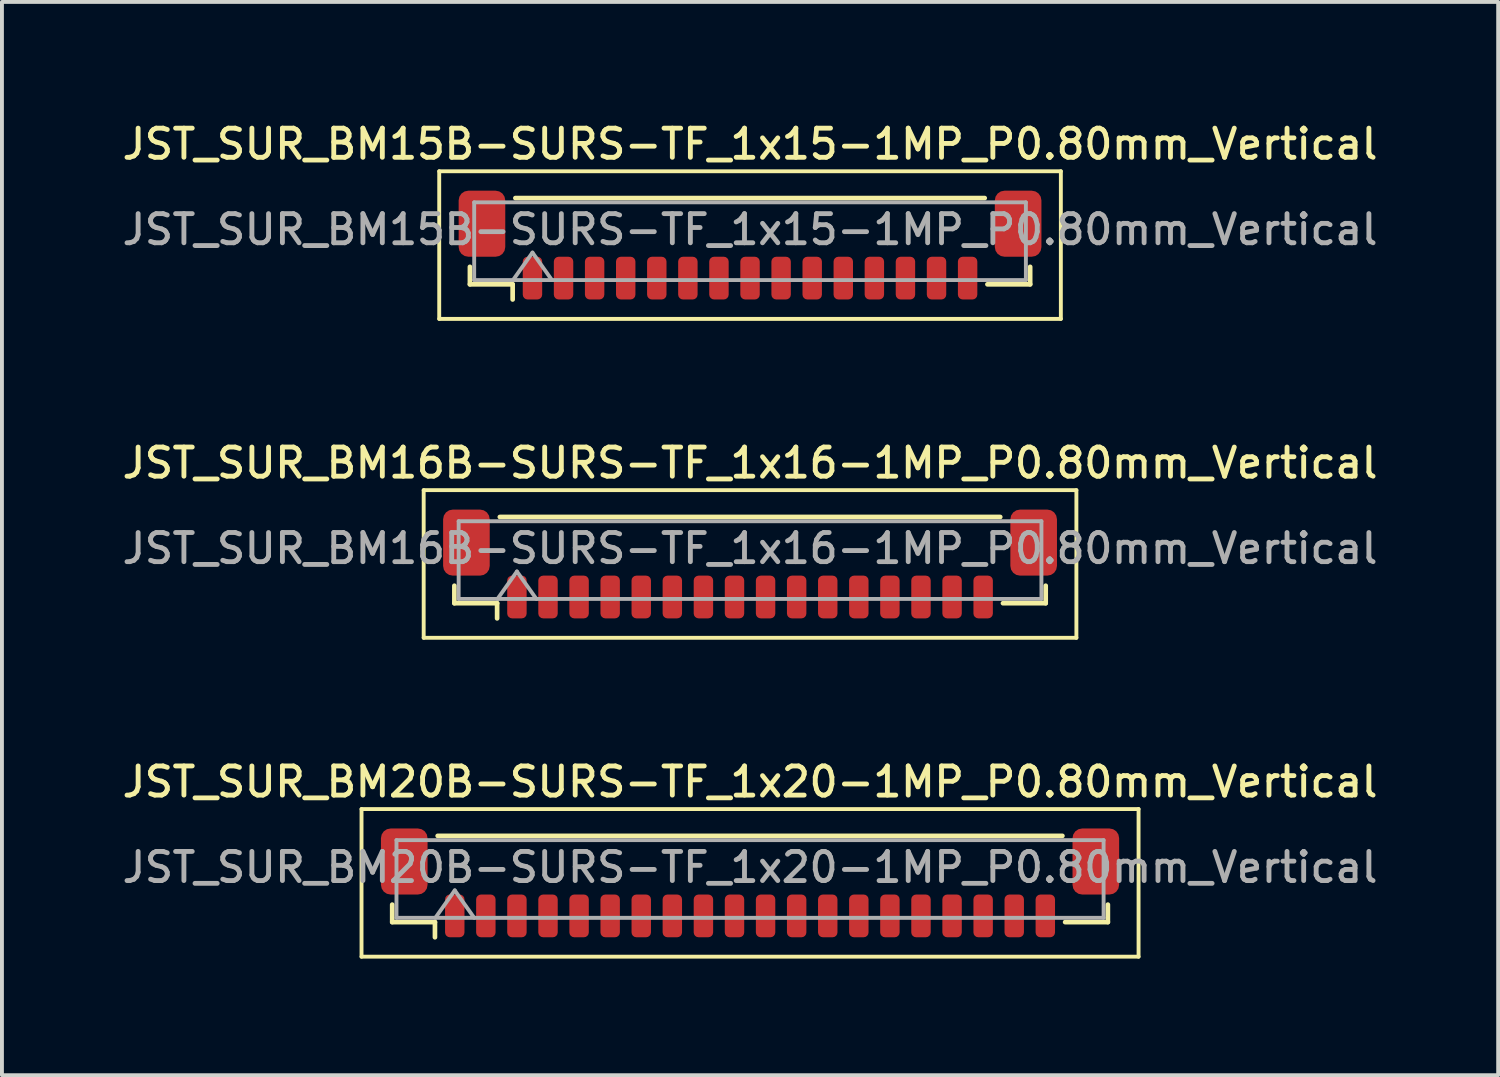
<source format=kicad_pcb>
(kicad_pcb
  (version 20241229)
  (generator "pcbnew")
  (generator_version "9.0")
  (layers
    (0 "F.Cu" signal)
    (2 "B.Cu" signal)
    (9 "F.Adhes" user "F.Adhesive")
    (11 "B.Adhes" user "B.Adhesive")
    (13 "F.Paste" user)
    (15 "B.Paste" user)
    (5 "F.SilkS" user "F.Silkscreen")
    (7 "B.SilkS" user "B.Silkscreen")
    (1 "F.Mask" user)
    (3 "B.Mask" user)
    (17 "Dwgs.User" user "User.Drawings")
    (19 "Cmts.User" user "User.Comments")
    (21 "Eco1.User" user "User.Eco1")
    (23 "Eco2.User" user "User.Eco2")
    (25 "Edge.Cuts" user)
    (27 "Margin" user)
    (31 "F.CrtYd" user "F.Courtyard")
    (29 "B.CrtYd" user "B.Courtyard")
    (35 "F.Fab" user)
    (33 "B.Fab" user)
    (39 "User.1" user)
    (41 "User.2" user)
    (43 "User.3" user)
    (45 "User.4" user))
  (footprint "JST_SUR_BM15B-SURS-TF_1x15-1MP_P0.80mm_Vertical"
    (layer "F.Cu")
    (at 16.255 3.258)
    (property "Reference" "JST_SUR_BM15B-SURS-TF_1x15-1MP_P0.80mm_Vertical" (at 0 -2.6 0) (layer "F.SilkS") (effects (font (size 0.75 0.75) (thickness 0.125))))
    (attr smd)
    (fp_line (start -8 -1.9) (end -8 1.9) (stroke (width 0.1) (type solid)) (layer "F.SilkS"))
    (fp_line (start -8 1.9) (end 8 1.9) (stroke (width 0.1) (type solid)) (layer "F.SilkS"))
    (fp_line (start -7.21 0.56) (end -7.21 1.01) (stroke (width 0.12) (type solid)) (layer "F.SilkS"))
    (fp_line (start -7.21 1.01) (end -6.11 1.01) (stroke (width 0.12) (type solid)) (layer "F.SilkS"))
    (fp_line (start -6.11 1.01) (end -6.11 1.4) (stroke (width 0.12) (type solid)) (layer "F.SilkS"))
    (fp_line (start -6.04 -1.21) (end 6.04 -1.21) (stroke (width 0.12) (type solid)) (layer "F.SilkS"))
    (fp_line (start 7.21 0.56) (end 7.21 1.01) (stroke (width 0.12) (type solid)) (layer "F.SilkS"))
    (fp_line (start 7.21 1.01) (end 6.11 1.01) (stroke (width 0.12) (type solid)) (layer "F.SilkS"))
    (fp_line (start 8 -1.9) (end -8 -1.9) (stroke (width 0.1) (type solid)) (layer "F.SilkS"))
    (fp_line (start 8 1.9) (end 8 -1.9) (stroke (width 0.1) (type solid)) (layer "F.SilkS"))
    (fp_line (start -7.1 -1.1) (end 7.1 -1.1) (stroke (width 0.1) (type solid)) (layer "F.Fab"))
    (fp_line (start -7.1 0.9) (end -7.1 -1.1) (stroke (width 0.1) (type solid)) (layer "F.Fab"))
    (fp_line (start -7.1 0.9) (end 7.1 0.9) (stroke (width 0.1) (type solid)) (layer "F.Fab"))
    (fp_line (start -6.1 0.9) (end -5.6 0.193) (stroke (width 0.1) (type solid)) (layer "F.Fab"))
    (fp_line (start -5.6 0.193) (end -5.1 0.9) (stroke (width 0.1) (type solid)) (layer "F.Fab"))
    (fp_line (start 7.1 0.9) (end 7.1 -1.1) (stroke (width 0.1) (type solid)) (layer "F.Fab"))
    (fp_text user "${REFERENCE}" (at 0 -0.4 0) (layer "F.Fab") (effects (font (size 0.75 0.75) (thickness 0.125))))
    (pad "1" smd roundrect (at -5.6 0.85) (size 0.5 1.1) (layers "F.Cu" "F.Mask" "F.Paste") (roundrect_rratio 0.25))
    (pad "2" smd roundrect (at -4.8 0.85) (size 0.5 1.1) (layers "F.Cu" "F.Mask" "F.Paste") (roundrect_rratio 0.25))
    (pad "3" smd roundrect (at -4 0.85) (size 0.5 1.1) (layers "F.Cu" "F.Mask" "F.Paste") (roundrect_rratio 0.25))
    (pad "4" smd roundrect (at -3.2 0.85) (size 0.5 1.1) (layers "F.Cu" "F.Mask" "F.Paste") (roundrect_rratio 0.25))
    (pad "5" smd roundrect (at -2.4 0.85) (size 0.5 1.1) (layers "F.Cu" "F.Mask" "F.Paste") (roundrect_rratio 0.25))
    (pad "6" smd roundrect (at -1.6 0.85) (size 0.5 1.1) (layers "F.Cu" "F.Mask" "F.Paste") (roundrect_rratio 0.25))
    (pad "7" smd roundrect (at -0.8 0.85) (size 0.5 1.1) (layers "F.Cu" "F.Mask" "F.Paste") (roundrect_rratio 0.25))
    (pad "8" smd roundrect (at 0 0.85) (size 0.5 1.1) (layers "F.Cu" "F.Mask" "F.Paste") (roundrect_rratio 0.25))
    (pad "9" smd roundrect (at 0.8 0.85) (size 0.5 1.1) (layers "F.Cu" "F.Mask" "F.Paste") (roundrect_rratio 0.25))
    (pad "10" smd roundrect (at 1.6 0.85) (size 0.5 1.1) (layers "F.Cu" "F.Mask" "F.Paste") (roundrect_rratio 0.25))
    (pad "11" smd roundrect (at 2.4 0.85) (size 0.5 1.1) (layers "F.Cu" "F.Mask" "F.Paste") (roundrect_rratio 0.25))
    (pad "12" smd roundrect (at 3.2 0.85) (size 0.5 1.1) (layers "F.Cu" "F.Mask" "F.Paste") (roundrect_rratio 0.25))
    (pad "13" smd roundrect (at 4 0.85) (size 0.5 1.1) (layers "F.Cu" "F.Mask" "F.Paste") (roundrect_rratio 0.25))
    (pad "14" smd roundrect (at 4.8 0.85) (size 0.5 1.1) (layers "F.Cu" "F.Mask" "F.Paste") (roundrect_rratio 0.25))
    (pad "15" smd roundrect (at 5.6 0.85) (size 0.5 1.1) (layers "F.Cu" "F.Mask" "F.Paste") (roundrect_rratio 0.25))
    (pad "MP" smd roundrect (at -6.9 -0.55) (size 1.2 1.7) (layers "F.Cu" "F.Mask" "F.Paste") (roundrect_rratio 0.208))
    (pad "MP" smd roundrect (at 6.9 -0.55) (size 1.2 1.7) (layers "F.Cu" "F.Mask" "F.Paste") (roundrect_rratio 0.208)))
  (footprint "JST_SUR_BM16B-SURS-TF_1x16-1MP_P0.80mm_Vertical"
    (layer "F.Cu")
    (at 16.255 11.466)
    (property "Reference" "JST_SUR_BM16B-SURS-TF_1x16-1MP_P0.80mm_Vertical" (at 0 -2.6 0) (layer "F.SilkS") (effects (font (size 0.75 0.75) (thickness 0.125))))
    (attr smd)
    (fp_line (start -8.4 -1.9) (end -8.4 1.9) (stroke (width 0.1) (type solid)) (layer "F.SilkS"))
    (fp_line (start -8.4 1.9) (end 8.4 1.9) (stroke (width 0.1) (type solid)) (layer "F.SilkS"))
    (fp_line (start -7.61 0.56) (end -7.61 1.01) (stroke (width 0.12) (type solid)) (layer "F.SilkS"))
    (fp_line (start -7.61 1.01) (end -6.51 1.01) (stroke (width 0.12) (type solid)) (layer "F.SilkS"))
    (fp_line (start -6.51 1.01) (end -6.51 1.4) (stroke (width 0.12) (type solid)) (layer "F.SilkS"))
    (fp_line (start -6.44 -1.21) (end 6.44 -1.21) (stroke (width 0.12) (type solid)) (layer "F.SilkS"))
    (fp_line (start 7.61 0.56) (end 7.61 1.01) (stroke (width 0.12) (type solid)) (layer "F.SilkS"))
    (fp_line (start 7.61 1.01) (end 6.51 1.01) (stroke (width 0.12) (type solid)) (layer "F.SilkS"))
    (fp_line (start 8.4 -1.9) (end -8.4 -1.9) (stroke (width 0.1) (type solid)) (layer "F.SilkS"))
    (fp_line (start 8.4 1.9) (end 8.4 -1.9) (stroke (width 0.1) (type solid)) (layer "F.SilkS"))
    (fp_line (start -7.5 -1.1) (end 7.5 -1.1) (stroke (width 0.1) (type solid)) (layer "F.Fab"))
    (fp_line (start -7.5 0.9) (end -7.5 -1.1) (stroke (width 0.1) (type solid)) (layer "F.Fab"))
    (fp_line (start -7.5 0.9) (end 7.5 0.9) (stroke (width 0.1) (type solid)) (layer "F.Fab"))
    (fp_line (start -6.5 0.9) (end -6 0.193) (stroke (width 0.1) (type solid)) (layer "F.Fab"))
    (fp_line (start -6 0.193) (end -5.5 0.9) (stroke (width 0.1) (type solid)) (layer "F.Fab"))
    (fp_line (start 7.5 0.9) (end 7.5 -1.1) (stroke (width 0.1) (type solid)) (layer "F.Fab"))
    (fp_text user "${REFERENCE}" (at 0 -0.4 0) (layer "F.Fab") (effects (font (size 0.75 0.75) (thickness 0.125))))
    (pad "1" smd roundrect (at -6 0.85) (size 0.5 1.1) (layers "F.Cu" "F.Mask" "F.Paste") (roundrect_rratio 0.25))
    (pad "2" smd roundrect (at -5.2 0.85) (size 0.5 1.1) (layers "F.Cu" "F.Mask" "F.Paste") (roundrect_rratio 0.25))
    (pad "3" smd roundrect (at -4.4 0.85) (size 0.5 1.1) (layers "F.Cu" "F.Mask" "F.Paste") (roundrect_rratio 0.25))
    (pad "4" smd roundrect (at -3.6 0.85) (size 0.5 1.1) (layers "F.Cu" "F.Mask" "F.Paste") (roundrect_rratio 0.25))
    (pad "5" smd roundrect (at -2.8 0.85) (size 0.5 1.1) (layers "F.Cu" "F.Mask" "F.Paste") (roundrect_rratio 0.25))
    (pad "6" smd roundrect (at -2 0.85) (size 0.5 1.1) (layers "F.Cu" "F.Mask" "F.Paste") (roundrect_rratio 0.25))
    (pad "7" smd roundrect (at -1.2 0.85) (size 0.5 1.1) (layers "F.Cu" "F.Mask" "F.Paste") (roundrect_rratio 0.25))
    (pad "8" smd roundrect (at -0.4 0.85) (size 0.5 1.1) (layers "F.Cu" "F.Mask" "F.Paste") (roundrect_rratio 0.25))
    (pad "9" smd roundrect (at 0.4 0.85) (size 0.5 1.1) (layers "F.Cu" "F.Mask" "F.Paste") (roundrect_rratio 0.25))
    (pad "10" smd roundrect (at 1.2 0.85) (size 0.5 1.1) (layers "F.Cu" "F.Mask" "F.Paste") (roundrect_rratio 0.25))
    (pad "11" smd roundrect (at 2 0.85) (size 0.5 1.1) (layers "F.Cu" "F.Mask" "F.Paste") (roundrect_rratio 0.25))
    (pad "12" smd roundrect (at 2.8 0.85) (size 0.5 1.1) (layers "F.Cu" "F.Mask" "F.Paste") (roundrect_rratio 0.25))
    (pad "13" smd roundrect (at 3.6 0.85) (size 0.5 1.1) (layers "F.Cu" "F.Mask" "F.Paste") (roundrect_rratio 0.25))
    (pad "14" smd roundrect (at 4.4 0.85) (size 0.5 1.1) (layers "F.Cu" "F.Mask" "F.Paste") (roundrect_rratio 0.25))
    (pad "15" smd roundrect (at 5.2 0.85) (size 0.5 1.1) (layers "F.Cu" "F.Mask" "F.Paste") (roundrect_rratio 0.25))
    (pad "16" smd roundrect (at 6 0.85) (size 0.5 1.1) (layers "F.Cu" "F.Mask" "F.Paste") (roundrect_rratio 0.25))
    (pad "MP" smd roundrect (at -7.3 -0.55) (size 1.2 1.7) (layers "F.Cu" "F.Mask" "F.Paste") (roundrect_rratio 0.208))
    (pad "MP" smd roundrect (at 7.3 -0.55) (size 1.2 1.7) (layers "F.Cu" "F.Mask" "F.Paste") (roundrect_rratio 0.208)))
  (footprint "JST_SUR_BM20B-SURS-TF_1x20-1MP_P0.80mm_Vertical"
    (layer "F.Cu")
    (at 16.255 19.674)
    (property "Reference" "JST_SUR_BM20B-SURS-TF_1x20-1MP_P0.80mm_Vertical" (at 0 -2.6 0) (layer "F.SilkS") (effects (font (size 0.75 0.75) (thickness 0.125))))
    (attr smd)
    (fp_line (start -10 -1.9) (end -10 1.9) (stroke (width 0.1) (type solid)) (layer "F.SilkS"))
    (fp_line (start -10 1.9) (end 10 1.9) (stroke (width 0.1) (type solid)) (layer "F.SilkS"))
    (fp_line (start -9.21 0.56) (end -9.21 1.01) (stroke (width 0.12) (type solid)) (layer "F.SilkS"))
    (fp_line (start -9.21 1.01) (end -8.11 1.01) (stroke (width 0.12) (type solid)) (layer "F.SilkS"))
    (fp_line (start -8.11 1.01) (end -8.11 1.4) (stroke (width 0.12) (type solid)) (layer "F.SilkS"))
    (fp_line (start -8.04 -1.21) (end 8.04 -1.21) (stroke (width 0.12) (type solid)) (layer "F.SilkS"))
    (fp_line (start 9.21 0.56) (end 9.21 1.01) (stroke (width 0.12) (type solid)) (layer "F.SilkS"))
    (fp_line (start 9.21 1.01) (end 8.11 1.01) (stroke (width 0.12) (type solid)) (layer "F.SilkS"))
    (fp_line (start 10 -1.9) (end -10 -1.9) (stroke (width 0.1) (type solid)) (layer "F.SilkS"))
    (fp_line (start 10 1.9) (end 10 -1.9) (stroke (width 0.1) (type solid)) (layer "F.SilkS"))
    (fp_line (start -9.1 -1.1) (end 9.1 -1.1) (stroke (width 0.1) (type solid)) (layer "F.Fab"))
    (fp_line (start -9.1 0.9) (end -9.1 -1.1) (stroke (width 0.1) (type solid)) (layer "F.Fab"))
    (fp_line (start -9.1 0.9) (end 9.1 0.9) (stroke (width 0.1) (type solid)) (layer "F.Fab"))
    (fp_line (start -8.1 0.9) (end -7.6 0.193) (stroke (width 0.1) (type solid)) (layer "F.Fab"))
    (fp_line (start -7.6 0.193) (end -7.1 0.9) (stroke (width 0.1) (type solid)) (layer "F.Fab"))
    (fp_line (start 9.1 0.9) (end 9.1 -1.1) (stroke (width 0.1) (type solid)) (layer "F.Fab"))
    (fp_text user "${REFERENCE}" (at 0 -0.4 0) (layer "F.Fab") (effects (font (size 0.75 0.75) (thickness 0.125))))
    (pad "1" smd roundrect (at -7.6 0.85) (size 0.5 1.1) (layers "F.Cu" "F.Mask" "F.Paste") (roundrect_rratio 0.25))
    (pad "2" smd roundrect (at -6.8 0.85) (size 0.5 1.1) (layers "F.Cu" "F.Mask" "F.Paste") (roundrect_rratio 0.25))
    (pad "3" smd roundrect (at -6 0.85) (size 0.5 1.1) (layers "F.Cu" "F.Mask" "F.Paste") (roundrect_rratio 0.25))
    (pad "4" smd roundrect (at -5.2 0.85) (size 0.5 1.1) (layers "F.Cu" "F.Mask" "F.Paste") (roundrect_rratio 0.25))
    (pad "5" smd roundrect (at -4.4 0.85) (size 0.5 1.1) (layers "F.Cu" "F.Mask" "F.Paste") (roundrect_rratio 0.25))
    (pad "6" smd roundrect (at -3.6 0.85) (size 0.5 1.1) (layers "F.Cu" "F.Mask" "F.Paste") (roundrect_rratio 0.25))
    (pad "7" smd roundrect (at -2.8 0.85) (size 0.5 1.1) (layers "F.Cu" "F.Mask" "F.Paste") (roundrect_rratio 0.25))
    (pad "8" smd roundrect (at -2 0.85) (size 0.5 1.1) (layers "F.Cu" "F.Mask" "F.Paste") (roundrect_rratio 0.25))
    (pad "9" smd roundrect (at -1.2 0.85) (size 0.5 1.1) (layers "F.Cu" "F.Mask" "F.Paste") (roundrect_rratio 0.25))
    (pad "10" smd roundrect (at -0.4 0.85) (size 0.5 1.1) (layers "F.Cu" "F.Mask" "F.Paste") (roundrect_rratio 0.25))
    (pad "11" smd roundrect (at 0.4 0.85) (size 0.5 1.1) (layers "F.Cu" "F.Mask" "F.Paste") (roundrect_rratio 0.25))
    (pad "12" smd roundrect (at 1.2 0.85) (size 0.5 1.1) (layers "F.Cu" "F.Mask" "F.Paste") (roundrect_rratio 0.25))
    (pad "13" smd roundrect (at 2 0.85) (size 0.5 1.1) (layers "F.Cu" "F.Mask" "F.Paste") (roundrect_rratio 0.25))
    (pad "14" smd roundrect (at 2.8 0.85) (size 0.5 1.1) (layers "F.Cu" "F.Mask" "F.Paste") (roundrect_rratio 0.25))
    (pad "15" smd roundrect (at 3.6 0.85) (size 0.5 1.1) (layers "F.Cu" "F.Mask" "F.Paste") (roundrect_rratio 0.25))
    (pad "16" smd roundrect (at 4.4 0.85) (size 0.5 1.1) (layers "F.Cu" "F.Mask" "F.Paste") (roundrect_rratio 0.25))
    (pad "17" smd roundrect (at 5.2 0.85) (size 0.5 1.1) (layers "F.Cu" "F.Mask" "F.Paste") (roundrect_rratio 0.25))
    (pad "18" smd roundrect (at 6 0.85) (size 0.5 1.1) (layers "F.Cu" "F.Mask" "F.Paste") (roundrect_rratio 0.25))
    (pad "19" smd roundrect (at 6.8 0.85) (size 0.5 1.1) (layers "F.Cu" "F.Mask" "F.Paste") (roundrect_rratio 0.25))
    (pad "20" smd roundrect (at 7.6 0.85) (size 0.5 1.1) (layers "F.Cu" "F.Mask" "F.Paste") (roundrect_rratio 0.25))
    (pad "MP" smd roundrect (at -8.9 -0.55) (size 1.2 1.7) (layers "F.Cu" "F.Mask" "F.Paste") (roundrect_rratio 0.208))
    (pad "MP" smd roundrect (at 8.9 -0.55) (size 1.2 1.7) (layers "F.Cu" "F.Mask" "F.Paste") (roundrect_rratio 0.208)))
  (gr_rect
    (start -3 -3)
    (end 35.511 24.624)
    (stroke (width 0.1) (type default))
    (fill no)
    (layer "Edge.Cuts")))
</source>
